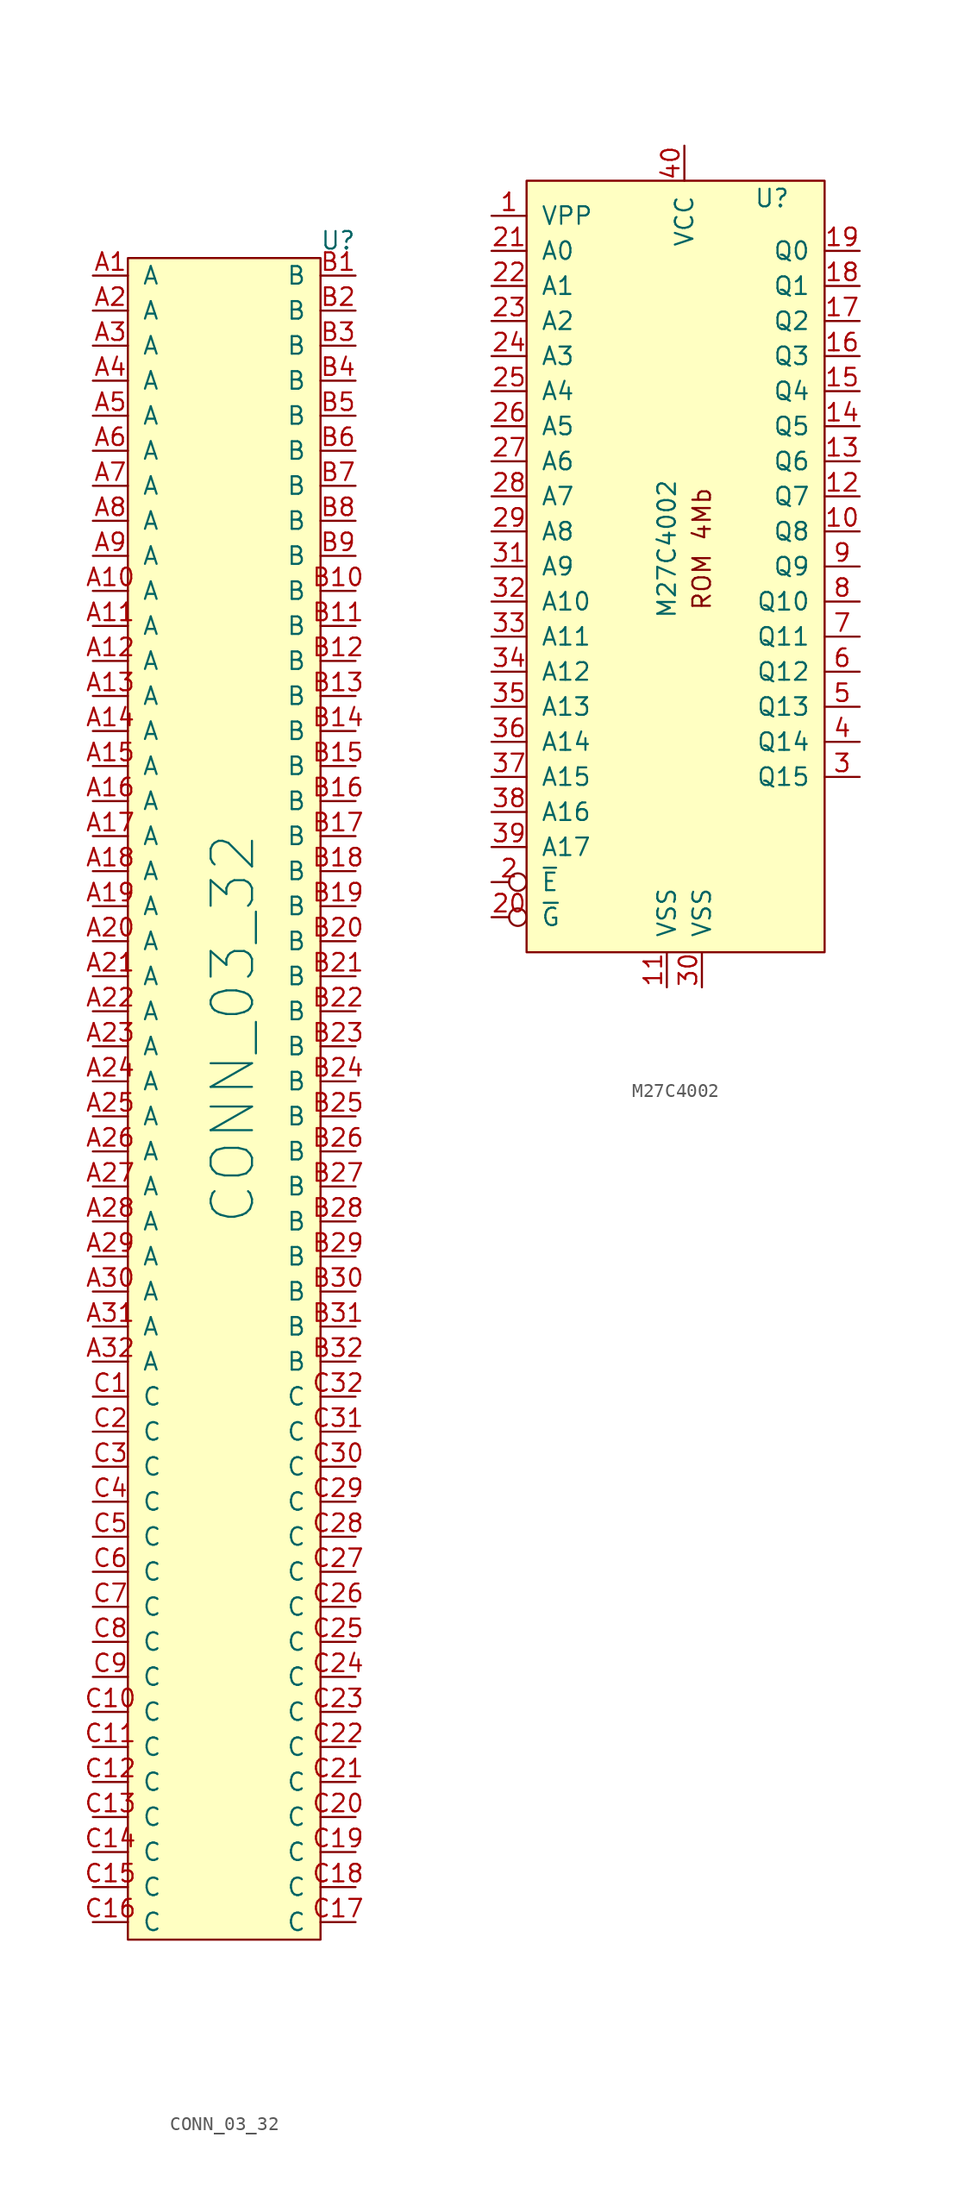
<source format=kicad_sym>
(kicad_symbol_lib
  (version 20211014)
  (generator kicad_symbol_editor)
  (symbol "CONN_03_32"
    (pin_names
      (offset 1.016))
    (property "Reference" "U"
      (at 7.62 58.42 0)
      (effects (font (size 1.27 1.27))))
    (property "Value" "CONN_03_32"
      (at 0 1.27 90)
      (effects (font (size 2.997 2.997))))
    (symbol "CONN_03_32_0_1"
      (rectangle (start -7.62 57.15) (end 6.35 -64.77) (stroke (width 0) (type default) (color 0 0 0 0)) (fill (type background))))
    (symbol "CONN_03_32_1_1"
      (pin passive line (at -10.16 55.88 0) (length 2.54) (name "A" (effects (font (size 1.27 1.27)))) (number "A1" (effects (font (size 1.27 1.27)))))
      (pin passive line (at -10.16 33.02 0) (length 2.54) (name "A" (effects (font (size 1.27 1.27)))) (number "A10" (effects (font (size 1.27 1.27)))))
      (pin passive line (at -10.16 30.48 0) (length 2.54) (name "A" (effects (font (size 1.27 1.27)))) (number "A11" (effects (font (size 1.27 1.27)))))
      (pin passive line (at -10.16 27.94 0) (length 2.54) (name "A" (effects (font (size 1.27 1.27)))) (number "A12" (effects (font (size 1.27 1.27)))))
      (pin passive line (at -10.16 25.4 0) (length 2.54) (name "A" (effects (font (size 1.27 1.27)))) (number "A13" (effects (font (size 1.27 1.27)))))
      (pin passive line (at -10.16 22.86 0) (length 2.54) (name "A" (effects (font (size 1.27 1.27)))) (number "A14" (effects (font (size 1.27 1.27)))))
      (pin passive line (at -10.16 20.32 0) (length 2.54) (name "A" (effects (font (size 1.27 1.27)))) (number "A15" (effects (font (size 1.27 1.27)))))
      (pin passive line (at -10.16 17.78 0) (length 2.54) (name "A" (effects (font (size 1.27 1.27)))) (number "A16" (effects (font (size 1.27 1.27)))))
      (pin passive line (at -10.16 15.24 0) (length 2.54) (name "A" (effects (font (size 1.27 1.27)))) (number "A17" (effects (font (size 1.27 1.27)))))
      (pin passive line (at -10.16 12.7 0) (length 2.54) (name "A" (effects (font (size 1.27 1.27)))) (number "A18" (effects (font (size 1.27 1.27)))))
      (pin passive line (at -10.16 10.16 0) (length 2.54) (name "A" (effects (font (size 1.27 1.27)))) (number "A19" (effects (font (size 1.27 1.27)))))
      (pin passive line (at -10.16 53.34 0) (length 2.54) (name "A" (effects (font (size 1.27 1.27)))) (number "A2" (effects (font (size 1.27 1.27)))))
      (pin passive line (at -10.16 7.62 0) (length 2.54) (name "A" (effects (font (size 1.27 1.27)))) (number "A20" (effects (font (size 1.27 1.27)))))
      (pin passive line (at -10.16 5.08 0) (length 2.54) (name "A" (effects (font (size 1.27 1.27)))) (number "A21" (effects (font (size 1.27 1.27)))))
      (pin passive line (at -10.16 2.54 0) (length 2.54) (name "A" (effects (font (size 1.27 1.27)))) (number "A22" (effects (font (size 1.27 1.27)))))
      (pin passive line (at -10.16 0 0) (length 2.54) (name "A" (effects (font (size 1.27 1.27)))) (number "A23" (effects (font (size 1.27 1.27)))))
      (pin passive line (at -10.16 -2.54 0) (length 2.54) (name "A" (effects (font (size 1.27 1.27)))) (number "A24" (effects (font (size 1.27 1.27)))))
      (pin passive line (at -10.16 -5.08 0) (length 2.54) (name "A" (effects (font (size 1.27 1.27)))) (number "A25" (effects (font (size 1.27 1.27)))))
      (pin passive line (at -10.16 -7.62 0) (length 2.54) (name "A" (effects (font (size 1.27 1.27)))) (number "A26" (effects (font (size 1.27 1.27)))))
      (pin passive line (at -10.16 -10.16 0) (length 2.54) (name "A" (effects (font (size 1.27 1.27)))) (number "A27" (effects (font (size 1.27 1.27)))))
      (pin passive line (at -10.16 -12.7 0) (length 2.54) (name "A" (effects (font (size 1.27 1.27)))) (number "A28" (effects (font (size 1.27 1.27)))))
      (pin passive line (at -10.16 -15.24 0) (length 2.54) (name "A" (effects (font (size 1.27 1.27)))) (number "A29" (effects (font (size 1.27 1.27)))))
      (pin passive line (at -10.16 50.8 0) (length 2.54) (name "A" (effects (font (size 1.27 1.27)))) (number "A3" (effects (font (size 1.27 1.27)))))
      (pin passive line (at -10.16 -17.78 0) (length 2.54) (name "A" (effects (font (size 1.27 1.27)))) (number "A30" (effects (font (size 1.27 1.27)))))
      (pin passive line (at -10.16 -20.32 0) (length 2.54) (name "A" (effects (font (size 1.27 1.27)))) (number "A31" (effects (font (size 1.27 1.27)))))
      (pin passive line (at -10.16 -22.86 0) (length 2.54) (name "A" (effects (font (size 1.27 1.27)))) (number "A32" (effects (font (size 1.27 1.27)))))
      (pin passive line (at -10.16 48.26 0) (length 2.54) (name "A" (effects (font (size 1.27 1.27)))) (number "A4" (effects (font (size 1.27 1.27)))))
      (pin passive line (at -10.16 45.72 0) (length 2.54) (name "A" (effects (font (size 1.27 1.27)))) (number "A5" (effects (font (size 1.27 1.27)))))
      (pin passive line (at -10.16 43.18 0) (length 2.54) (name "A" (effects (font (size 1.27 1.27)))) (number "A6" (effects (font (size 1.27 1.27)))))
      (pin passive line (at -10.16 40.64 0) (length 2.54) (name "A" (effects (font (size 1.27 1.27)))) (number "A7" (effects (font (size 1.27 1.27)))))
      (pin passive line (at -10.16 38.1 0) (length 2.54) (name "A" (effects (font (size 1.27 1.27)))) (number "A8" (effects (font (size 1.27 1.27)))))
      (pin passive line (at -10.16 35.56 0) (length 2.54) (name "A" (effects (font (size 1.27 1.27)))) (number "A9" (effects (font (size 1.27 1.27)))))
      (pin passive line (at 8.89 55.88 180) (length 2.54) (name "B" (effects (font (size 1.27 1.27)))) (number "B1" (effects (font (size 1.27 1.27)))))
      (pin passive line (at 8.89 33.02 180) (length 2.54) (name "B" (effects (font (size 1.27 1.27)))) (number "B10" (effects (font (size 1.27 1.27)))))
      (pin passive line (at 8.89 30.48 180) (length 2.54) (name "B" (effects (font (size 1.27 1.27)))) (number "B11" (effects (font (size 1.27 1.27)))))
      (pin passive line (at 8.89 27.94 180) (length 2.54) (name "B" (effects (font (size 1.27 1.27)))) (number "B12" (effects (font (size 1.27 1.27)))))
      (pin passive line (at 8.89 25.4 180) (length 2.54) (name "B" (effects (font (size 1.27 1.27)))) (number "B13" (effects (font (size 1.27 1.27)))))
      (pin passive line (at 8.89 22.86 180) (length 2.54) (name "B" (effects (font (size 1.27 1.27)))) (number "B14" (effects (font (size 1.27 1.27)))))
      (pin passive line (at 8.89 20.32 180) (length 2.54) (name "B" (effects (font (size 1.27 1.27)))) (number "B15" (effects (font (size 1.27 1.27)))))
      (pin passive line (at 8.89 17.78 180) (length 2.54) (name "B" (effects (font (size 1.27 1.27)))) (number "B16" (effects (font (size 1.27 1.27)))))
      (pin passive line (at 8.89 15.24 180) (length 2.54) (name "B" (effects (font (size 1.27 1.27)))) (number "B17" (effects (font (size 1.27 1.27)))))
      (pin passive line (at 8.89 12.7 180) (length 2.54) (name "B" (effects (font (size 1.27 1.27)))) (number "B18" (effects (font (size 1.27 1.27)))))
      (pin passive line (at 8.89 10.16 180) (length 2.54) (name "B" (effects (font (size 1.27 1.27)))) (number "B19" (effects (font (size 1.27 1.27)))))
      (pin passive line (at 8.89 53.34 180) (length 2.54) (name "B" (effects (font (size 1.27 1.27)))) (number "B2" (effects (font (size 1.27 1.27)))))
      (pin passive line (at 8.89 7.62 180) (length 2.54) (name "B" (effects (font (size 1.27 1.27)))) (number "B20" (effects (font (size 1.27 1.27)))))
      (pin passive line (at 8.89 5.08 180) (length 2.54) (name "B" (effects (font (size 1.27 1.27)))) (number "B21" (effects (font (size 1.27 1.27)))))
      (pin passive line (at 8.89 2.54 180) (length 2.54) (name "B" (effects (font (size 1.27 1.27)))) (number "B22" (effects (font (size 1.27 1.27)))))
      (pin passive line (at 8.89 0 180) (length 2.54) (name "B" (effects (font (size 1.27 1.27)))) (number "B23" (effects (font (size 1.27 1.27)))))
      (pin passive line (at 8.89 -2.54 180) (length 2.54) (name "B" (effects (font (size 1.27 1.27)))) (number "B24" (effects (font (size 1.27 1.27)))))
      (pin passive line (at 8.89 -5.08 180) (length 2.54) (name "B" (effects (font (size 1.27 1.27)))) (number "B25" (effects (font (size 1.27 1.27)))))
      (pin passive line (at 8.89 -7.62 180) (length 2.54) (name "B" (effects (font (size 1.27 1.27)))) (number "B26" (effects (font (size 1.27 1.27)))))
      (pin passive line (at 8.89 -10.16 180) (length 2.54) (name "B" (effects (font (size 1.27 1.27)))) (number "B27" (effects (font (size 1.27 1.27)))))
      (pin passive line (at 8.89 -12.7 180) (length 2.54) (name "B" (effects (font (size 1.27 1.27)))) (number "B28" (effects (font (size 1.27 1.27)))))
      (pin passive line (at 8.89 -15.24 180) (length 2.54) (name "B" (effects (font (size 1.27 1.27)))) (number "B29" (effects (font (size 1.27 1.27)))))
      (pin passive line (at 8.89 50.8 180) (length 2.54) (name "B" (effects (font (size 1.27 1.27)))) (number "B3" (effects (font (size 1.27 1.27)))))
      (pin passive line (at 8.89 -17.78 180) (length 2.54) (name "B" (effects (font (size 1.27 1.27)))) (number "B30" (effects (font (size 1.27 1.27)))))
      (pin passive line (at 8.89 -20.32 180) (length 2.54) (name "B" (effects (font (size 1.27 1.27)))) (number "B31" (effects (font (size 1.27 1.27)))))
      (pin passive line (at 8.89 -22.86 180) (length 2.54) (name "B" (effects (font (size 1.27 1.27)))) (number "B32" (effects (font (size 1.27 1.27)))))
      (pin passive line (at 8.89 48.26 180) (length 2.54) (name "B" (effects (font (size 1.27 1.27)))) (number "B4" (effects (font (size 1.27 1.27)))))
      (pin passive line (at 8.89 45.72 180) (length 2.54) (name "B" (effects (font (size 1.27 1.27)))) (number "B5" (effects (font (size 1.27 1.27)))))
      (pin passive line (at 8.89 43.18 180) (length 2.54) (name "B" (effects (font (size 1.27 1.27)))) (number "B6" (effects (font (size 1.27 1.27)))))
      (pin passive line (at 8.89 40.64 180) (length 2.54) (name "B" (effects (font (size 1.27 1.27)))) (number "B7" (effects (font (size 1.27 1.27)))))
      (pin passive line (at 8.89 38.1 180) (length 2.54) (name "B" (effects (font (size 1.27 1.27)))) (number "B8" (effects (font (size 1.27 1.27)))))
      (pin passive line (at 8.89 35.56 180) (length 2.54) (name "B" (effects (font (size 1.27 1.27)))) (number "B9" (effects (font (size 1.27 1.27)))))
      (pin passive line (at -10.16 -25.4 0) (length 2.54) (name "C" (effects (font (size 1.27 1.27)))) (number "C1" (effects (font (size 1.27 1.27)))))
      (pin passive line (at -10.16 -48.26 0) (length 2.54) (name "C" (effects (font (size 1.27 1.27)))) (number "C10" (effects (font (size 1.27 1.27)))))
      (pin passive line (at -10.16 -50.8 0) (length 2.54) (name "C" (effects (font (size 1.27 1.27)))) (number "C11" (effects (font (size 1.27 1.27)))))
      (pin passive line (at -10.16 -53.34 0) (length 2.54) (name "C" (effects (font (size 1.27 1.27)))) (number "C12" (effects (font (size 1.27 1.27)))))
      (pin passive line (at -10.16 -55.88 0) (length 2.54) (name "C" (effects (font (size 1.27 1.27)))) (number "C13" (effects (font (size 1.27 1.27)))))
      (pin passive line (at -10.16 -58.42 0) (length 2.54) (name "C" (effects (font (size 1.27 1.27)))) (number "C14" (effects (font (size 1.27 1.27)))))
      (pin passive line (at -10.16 -60.96 0) (length 2.54) (name "C" (effects (font (size 1.27 1.27)))) (number "C15" (effects (font (size 1.27 1.27)))))
      (pin passive line (at -10.16 -63.5 0) (length 2.54) (name "C" (effects (font (size 1.27 1.27)))) (number "C16" (effects (font (size 1.27 1.27)))))
      (pin passive line (at 8.89 -63.5 180) (length 2.54) (name "C" (effects (font (size 1.27 1.27)))) (number "C17" (effects (font (size 1.27 1.27)))))
      (pin passive line (at 8.89 -60.96 180) (length 2.54) (name "C" (effects (font (size 1.27 1.27)))) (number "C18" (effects (font (size 1.27 1.27)))))
      (pin passive line (at 8.89 -58.42 180) (length 2.54) (name "C" (effects (font (size 1.27 1.27)))) (number "C19" (effects (font (size 1.27 1.27)))))
      (pin passive line (at -10.16 -27.94 0) (length 2.54) (name "C" (effects (font (size 1.27 1.27)))) (number "C2" (effects (font (size 1.27 1.27)))))
      (pin passive line (at 8.89 -55.88 180) (length 2.54) (name "C" (effects (font (size 1.27 1.27)))) (number "C20" (effects (font (size 1.27 1.27)))))
      (pin passive line (at 8.89 -53.34 180) (length 2.54) (name "C" (effects (font (size 1.27 1.27)))) (number "C21" (effects (font (size 1.27 1.27)))))
      (pin passive line (at 8.89 -50.8 180) (length 2.54) (name "C" (effects (font (size 1.27 1.27)))) (number "C22" (effects (font (size 1.27 1.27)))))
      (pin passive line (at 8.89 -48.26 180) (length 2.54) (name "C" (effects (font (size 1.27 1.27)))) (number "C23" (effects (font (size 1.27 1.27)))))
      (pin passive line (at 8.89 -45.72 180) (length 2.54) (name "C" (effects (font (size 1.27 1.27)))) (number "C24" (effects (font (size 1.27 1.27)))))
      (pin passive line (at 8.89 -43.18 180) (length 2.54) (name "C" (effects (font (size 1.27 1.27)))) (number "C25" (effects (font (size 1.27 1.27)))))
      (pin passive line (at 8.89 -40.64 180) (length 2.54) (name "C" (effects (font (size 1.27 1.27)))) (number "C26" (effects (font (size 1.27 1.27)))))
      (pin passive line (at 8.89 -38.1 180) (length 2.54) (name "C" (effects (font (size 1.27 1.27)))) (number "C27" (effects (font (size 1.27 1.27)))))
      (pin passive line (at 8.89 -35.56 180) (length 2.54) (name "C" (effects (font (size 1.27 1.27)))) (number "C28" (effects (font (size 1.27 1.27)))))
      (pin passive line (at 8.89 -33.02 180) (length 2.54) (name "C" (effects (font (size 1.27 1.27)))) (number "C29" (effects (font (size 1.27 1.27)))))
      (pin passive line (at -10.16 -30.48 0) (length 2.54) (name "C" (effects (font (size 1.27 1.27)))) (number "C3" (effects (font (size 1.27 1.27)))))
      (pin passive line (at 8.89 -30.48 180) (length 2.54) (name "C" (effects (font (size 1.27 1.27)))) (number "C30" (effects (font (size 1.27 1.27)))))
      (pin passive line (at 8.89 -27.94 180) (length 2.54) (name "C" (effects (font (size 1.27 1.27)))) (number "C31" (effects (font (size 1.27 1.27)))))
      (pin passive line (at 8.89 -25.4 180) (length 2.54) (name "C" (effects (font (size 1.27 1.27)))) (number "C32" (effects (font (size 1.27 1.27)))))
      (pin passive line (at -10.16 -33.02 0) (length 2.54) (name "C" (effects (font (size 1.27 1.27)))) (number "C4" (effects (font (size 1.27 1.27)))))
      (pin passive line (at -10.16 -35.56 0) (length 2.54) (name "C" (effects (font (size 1.27 1.27)))) (number "C5" (effects (font (size 1.27 1.27)))))
      (pin passive line (at -10.16 -38.1 0) (length 2.54) (name "C" (effects (font (size 1.27 1.27)))) (number "C6" (effects (font (size 1.27 1.27)))))
      (pin passive line (at -10.16 -40.64 0) (length 2.54) (name "C" (effects (font (size 1.27 1.27)))) (number "C7" (effects (font (size 1.27 1.27)))))
      (pin passive line (at -10.16 -43.18 0) (length 2.54) (name "C" (effects (font (size 1.27 1.27)))) (number "C8" (effects (font (size 1.27 1.27)))))
      (pin passive line (at -10.16 -45.72 0) (length 2.54) (name "C" (effects (font (size 1.27 1.27)))) (number "C9" (effects (font (size 1.27 1.27)))))))
  (symbol "M27C4002"
    (pin_names
      (offset 1.016))
    (property "Reference" "U"
      (at 6.35 25.4 0)
      (effects (font (size 1.27 1.27))))
    (property "Value" "M27C4002"
      (at -1.27 0 90)
      (effects (font (size 1.27 1.27))))
    (symbol "M27C4002_0_0"
      (text "ROM 4Mb" (at 1.27 0 900) (effects (font (size 1.27 1.27)))))
    (symbol "M27C4002_0_1"
      (rectangle (start -11.43 26.67) (end 10.16 -29.21) (stroke (width 0) (type default) (color 0 0 0 0)) (fill (type background))))
    (symbol "M27C4002_1_1"
      (pin input line (at -13.97 24.13 0) (length 2.54) (name "VPP" (effects (font (size 1.27 1.27)))) (number "1" (effects (font (size 1.27 1.27)))))
      (pin tri_state line (at 12.7 1.27 180) (length 2.54) (name "Q8" (effects (font (size 1.27 1.27)))) (number "10" (effects (font (size 1.27 1.27)))))
      (pin power_in line (at -1.27 -31.75 90) (length 2.54) (name "VSS" (effects (font (size 1.27 1.27)))) (number "11" (effects (font (size 1.27 1.27)))))
      (pin tri_state line (at 12.7 3.81 180) (length 2.54) (name "Q7" (effects (font (size 1.27 1.27)))) (number "12" (effects (font (size 1.27 1.27)))))
      (pin tri_state line (at 12.7 6.35 180) (length 2.54) (name "Q6" (effects (font (size 1.27 1.27)))) (number "13" (effects (font (size 1.27 1.27)))))
      (pin tri_state line (at 12.7 8.89 180) (length 2.54) (name "Q5" (effects (font (size 1.27 1.27)))) (number "14" (effects (font (size 1.27 1.27)))))
      (pin tri_state line (at 12.7 11.43 180) (length 2.54) (name "Q4" (effects (font (size 1.27 1.27)))) (number "15" (effects (font (size 1.27 1.27)))))
      (pin tri_state line (at 12.7 13.97 180) (length 2.54) (name "Q3" (effects (font (size 1.27 1.27)))) (number "16" (effects (font (size 1.27 1.27)))))
      (pin tri_state line (at 12.7 16.51 180) (length 2.54) (name "Q2" (effects (font (size 1.27 1.27)))) (number "17" (effects (font (size 1.27 1.27)))))
      (pin tri_state line (at 12.7 19.05 180) (length 2.54) (name "Q1" (effects (font (size 1.27 1.27)))) (number "18" (effects (font (size 1.27 1.27)))))
      (pin tri_state line (at 12.7 21.59 180) (length 2.54) (name "Q0" (effects (font (size 1.27 1.27)))) (number "19" (effects (font (size 1.27 1.27)))))
      (pin input inverted (at -13.97 -24.13 0) (length 2.54) (name "~{E}" (effects (font (size 1.27 1.27)))) (number "2" (effects (font (size 1.27 1.27)))))
      (pin input inverted (at -13.97 -26.67 0) (length 2.54) (name "~{G}" (effects (font (size 1.27 1.27)))) (number "20" (effects (font (size 1.27 1.27)))))
      (pin input line (at -13.97 21.59 0) (length 2.54) (name "A0" (effects (font (size 1.27 1.27)))) (number "21" (effects (font (size 1.27 1.27)))))
      (pin input line (at -13.97 19.05 0) (length 2.54) (name "A1" (effects (font (size 1.27 1.27)))) (number "22" (effects (font (size 1.27 1.27)))))
      (pin input line (at -13.97 16.51 0) (length 2.54) (name "A2" (effects (font (size 1.27 1.27)))) (number "23" (effects (font (size 1.27 1.27)))))
      (pin input line (at -13.97 13.97 0) (length 2.54) (name "A3" (effects (font (size 1.27 1.27)))) (number "24" (effects (font (size 1.27 1.27)))))
      (pin input line (at -13.97 11.43 0) (length 2.54) (name "A4" (effects (font (size 1.27 1.27)))) (number "25" (effects (font (size 1.27 1.27)))))
      (pin input line (at -13.97 8.89 0) (length 2.54) (name "A5" (effects (font (size 1.27 1.27)))) (number "26" (effects (font (size 1.27 1.27)))))
      (pin input line (at -13.97 6.35 0) (length 2.54) (name "A6" (effects (font (size 1.27 1.27)))) (number "27" (effects (font (size 1.27 1.27)))))
      (pin input line (at -13.97 3.81 0) (length 2.54) (name "A7" (effects (font (size 1.27 1.27)))) (number "28" (effects (font (size 1.27 1.27)))))
      (pin input line (at -13.97 1.27 0) (length 2.54) (name "A8" (effects (font (size 1.27 1.27)))) (number "29" (effects (font (size 1.27 1.27)))))
      (pin tri_state line (at 12.7 -16.51 180) (length 2.54) (name "Q15" (effects (font (size 1.27 1.27)))) (number "3" (effects (font (size 1.27 1.27)))))
      (pin power_in line (at 1.27 -31.75 90) (length 2.54) (name "VSS" (effects (font (size 1.27 1.27)))) (number "30" (effects (font (size 1.27 1.27)))))
      (pin input line (at -13.97 -1.27 0) (length 2.54) (name "A9" (effects (font (size 1.27 1.27)))) (number "31" (effects (font (size 1.27 1.27)))))
      (pin input line (at -13.97 -3.81 0) (length 2.54) (name "A10" (effects (font (size 1.27 1.27)))) (number "32" (effects (font (size 1.27 1.27)))))
      (pin input line (at -13.97 -6.35 0) (length 2.54) (name "A11" (effects (font (size 1.27 1.27)))) (number "33" (effects (font (size 1.27 1.27)))))
      (pin input line (at -13.97 -8.89 0) (length 2.54) (name "A12" (effects (font (size 1.27 1.27)))) (number "34" (effects (font (size 1.27 1.27)))))
      (pin input line (at -13.97 -11.43 0) (length 2.54) (name "A13" (effects (font (size 1.27 1.27)))) (number "35" (effects (font (size 1.27 1.27)))))
      (pin input line (at -13.97 -13.97 0) (length 2.54) (name "A14" (effects (font (size 1.27 1.27)))) (number "36" (effects (font (size 1.27 1.27)))))
      (pin input line (at -13.97 -16.51 0) (length 2.54) (name "A15" (effects (font (size 1.27 1.27)))) (number "37" (effects (font (size 1.27 1.27)))))
      (pin input line (at -13.97 -19.05 0) (length 2.54) (name "A16" (effects (font (size 1.27 1.27)))) (number "38" (effects (font (size 1.27 1.27)))))
      (pin input line (at -13.97 -21.59 0) (length 2.54) (name "A17" (effects (font (size 1.27 1.27)))) (number "39" (effects (font (size 1.27 1.27)))))
      (pin tri_state line (at 12.7 -13.97 180) (length 2.54) (name "Q14" (effects (font (size 1.27 1.27)))) (number "4" (effects (font (size 1.27 1.27)))))
      (pin power_in line (at 0 29.21 270) (length 2.54) (name "VCC" (effects (font (size 1.27 1.27)))) (number "40" (effects (font (size 1.27 1.27)))))
      (pin tri_state line (at 12.7 -11.43 180) (length 2.54) (name "Q13" (effects (font (size 1.27 1.27)))) (number "5" (effects (font (size 1.27 1.27)))))
      (pin tri_state line (at 12.7 -8.89 180) (length 2.54) (name "Q12" (effects (font (size 1.27 1.27)))) (number "6" (effects (font (size 1.27 1.27)))))
      (pin tri_state line (at 12.7 -6.35 180) (length 2.54) (name "Q11" (effects (font (size 1.27 1.27)))) (number "7" (effects (font (size 1.27 1.27)))))
      (pin tri_state line (at 12.7 -3.81 180) (length 2.54) (name "Q10" (effects (font (size 1.27 1.27)))) (number "8" (effects (font (size 1.27 1.27)))))
      (pin tri_state line (at 12.7 -1.27 180) (length 2.54) (name "Q9" (effects (font (size 1.27 1.27)))) (number "9" (effects (font (size 1.27 1.27))))))))
</source>
